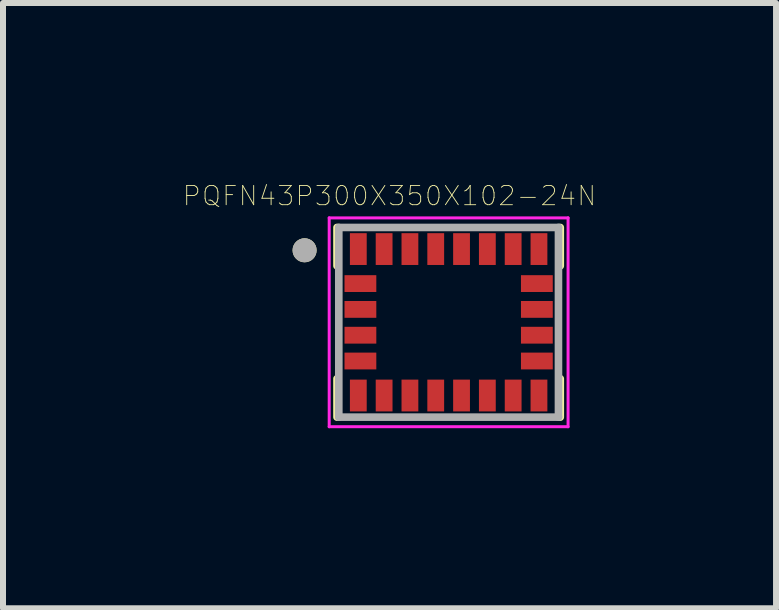
<source format=kicad_pcb>
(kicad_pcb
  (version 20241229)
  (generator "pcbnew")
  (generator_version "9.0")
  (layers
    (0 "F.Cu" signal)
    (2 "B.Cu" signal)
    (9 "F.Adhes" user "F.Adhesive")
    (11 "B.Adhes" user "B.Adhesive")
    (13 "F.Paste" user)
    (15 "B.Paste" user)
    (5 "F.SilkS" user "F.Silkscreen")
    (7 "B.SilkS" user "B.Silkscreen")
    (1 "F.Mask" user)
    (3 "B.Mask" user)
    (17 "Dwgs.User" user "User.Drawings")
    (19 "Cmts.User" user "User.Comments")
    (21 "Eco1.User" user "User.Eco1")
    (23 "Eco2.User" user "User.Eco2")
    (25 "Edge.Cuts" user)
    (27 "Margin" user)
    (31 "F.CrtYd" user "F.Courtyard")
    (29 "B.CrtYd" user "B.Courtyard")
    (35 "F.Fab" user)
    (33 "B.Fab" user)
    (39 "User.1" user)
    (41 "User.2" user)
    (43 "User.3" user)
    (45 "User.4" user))
  (footprint "PQFN43P300X350X102-24N"
    (layer "F.Cu")
    (at 4.425 2.32)
    (property "Reference" "PQFN43P300X350X102-24N" (at -0.986 -2.107 0) (layer "F.SilkS") (effects (font (size 0.321 0.321) (thickness 0.015))))
    (attr through_hole)
    (fp_line (start -1.86 -1.58) (end -1.86 -0.94) (stroke (width 0.127) (type solid)) (layer "F.SilkS"))
    (fp_line (start -1.86 1.58) (end -1.86 0.94) (stroke (width 0.127) (type solid)) (layer "F.SilkS"))
    (fp_line (start 1.86 -1.58) (end 1.86 -0.94) (stroke (width 0.127) (type solid)) (layer "F.SilkS"))
    (fp_line (start 1.86 1.58) (end 1.86 0.94) (stroke (width 0.127) (type solid)) (layer "F.SilkS"))
    (fp_circle (center -2.4 -1.2) (end -2.3 -1.2) (stroke (width 0.2) (type solid)) (fill no) (layer "F.SilkS"))
    (fp_line (start -1.99 -1.74) (end 1.99 -1.74) (stroke (width 0.05) (type solid)) (layer "F.CrtYd"))
    (fp_line (start -1.99 1.74) (end -1.99 -1.74) (stroke (width 0.05) (type solid)) (layer "F.CrtYd"))
    (fp_line (start 1.99 -1.74) (end 1.99 1.74) (stroke (width 0.05) (type solid)) (layer "F.CrtYd"))
    (fp_line (start 1.99 1.74) (end -1.99 1.74) (stroke (width 0.05) (type solid)) (layer "F.CrtYd"))
    (fp_line (start -1.83 -1.58) (end 1.83 -1.58) (stroke (width 0.127) (type solid)) (layer "F.Fab"))
    (fp_line (start -1.83 1.58) (end -1.83 -1.58) (stroke (width 0.127) (type solid)) (layer "F.Fab"))
    (fp_line (start 1.83 -1.58) (end 1.83 1.58) (stroke (width 0.127) (type solid)) (layer "F.Fab"))
    (fp_line (start 1.83 1.58) (end -1.83 1.58) (stroke (width 0.127) (type solid)) (layer "F.Fab"))
    (fp_circle (center -2.4 -1.2) (end -2.3 -1.2) (stroke (width 0.2) (type solid)) (fill no) (layer "F.Fab"))
    (pad "1" smd rect (at -1.505 -1.22) (size 0.28 0.53) (layers "F.Cu" "F.Mask" "F.Paste"))
    (pad "2" smd rect (at -1.47 -0.645) (size 0.53 0.28) (layers "F.Cu" "F.Mask" "F.Paste"))
    (pad "3" smd rect (at -1.47 -0.215) (size 0.53 0.28) (layers "F.Cu" "F.Mask" "F.Paste"))
    (pad "4" smd rect (at -1.47 0.215) (size 0.53 0.28) (layers "F.Cu" "F.Mask" "F.Paste"))
    (pad "5" smd rect (at -1.47 0.645) (size 0.53 0.28) (layers "F.Cu" "F.Mask" "F.Paste"))
    (pad "6" smd rect (at -1.505 1.22) (size 0.28 0.53) (layers "F.Cu" "F.Mask" "F.Paste"))
    (pad "7" smd rect (at -1.075 1.22) (size 0.28 0.53) (layers "F.Cu" "F.Mask" "F.Paste"))
    (pad "8" smd rect (at -0.645 1.22) (size 0.28 0.53) (layers "F.Cu" "F.Mask" "F.Paste"))
    (pad "9" smd rect (at -0.215 1.22) (size 0.28 0.53) (layers "F.Cu" "F.Mask" "F.Paste"))
    (pad "10" smd rect (at 0.215 1.22) (size 0.28 0.53) (layers "F.Cu" "F.Mask" "F.Paste"))
    (pad "11" smd rect (at 0.645 1.22) (size 0.28 0.53) (layers "F.Cu" "F.Mask" "F.Paste"))
    (pad "12" smd rect (at 1.075 1.22) (size 0.28 0.53) (layers "F.Cu" "F.Mask" "F.Paste"))
    (pad "13" smd rect (at 1.505 1.22) (size 0.28 0.53) (layers "F.Cu" "F.Mask" "F.Paste"))
    (pad "14" smd rect (at 1.47 0.645) (size 0.53 0.28) (layers "F.Cu" "F.Mask" "F.Paste"))
    (pad "15" smd rect (at 1.47 0.215) (size 0.53 0.28) (layers "F.Cu" "F.Mask" "F.Paste"))
    (pad "16" smd rect (at 1.47 -0.215) (size 0.53 0.28) (layers "F.Cu" "F.Mask" "F.Paste"))
    (pad "17" smd rect (at 1.47 -0.645) (size 0.53 0.28) (layers "F.Cu" "F.Mask" "F.Paste"))
    (pad "18" smd rect (at 1.505 -1.22) (size 0.28 0.53) (layers "F.Cu" "F.Mask" "F.Paste"))
    (pad "19" smd rect (at 1.075 -1.22) (size 0.28 0.53) (layers "F.Cu" "F.Mask" "F.Paste"))
    (pad "20" smd rect (at 0.645 -1.22) (size 0.28 0.53) (layers "F.Cu" "F.Mask" "F.Paste"))
    (pad "21" smd rect (at 0.215 -1.22) (size 0.28 0.53) (layers "F.Cu" "F.Mask" "F.Paste"))
    (pad "22" smd rect (at -0.215 -1.22) (size 0.28 0.53) (layers "F.Cu" "F.Mask" "F.Paste"))
    (pad "23" smd rect (at -0.645 -1.22) (size 0.28 0.53) (layers "F.Cu" "F.Mask" "F.Paste"))
    (pad "24" smd rect (at -1.075 -1.22) (size 0.28 0.53) (layers "F.Cu" "F.Mask" "F.Paste")))
  (gr_rect
    (start -3 -3)
    (end 9.88 7.085)
    (stroke (width 0.1) (type default))
    (fill no)
    (layer "Edge.Cuts")))
</source>
